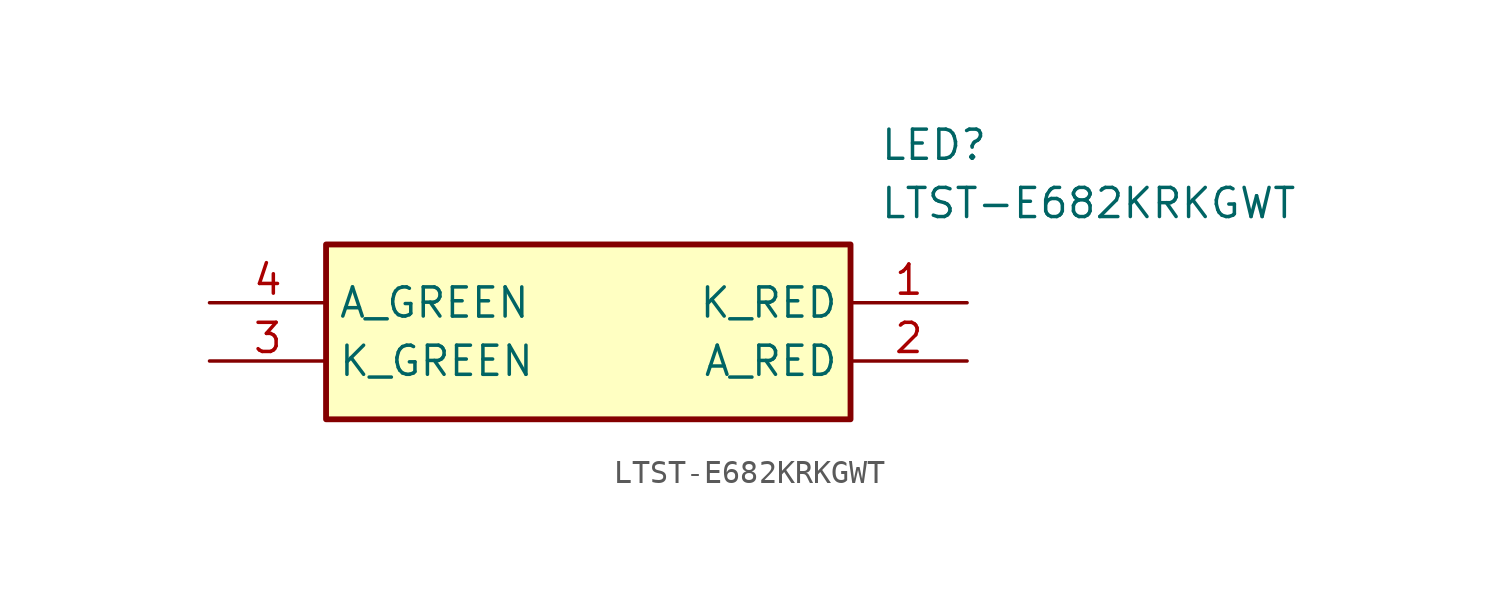
<source format=kicad_sym>
(kicad_symbol_lib
  (version 20211014)
  (generator SamacSys_ECAD_Model)
  (symbol "LTST-E682KRKGWT"
    (property "Reference" "LED"
      (at 29.21 7.62 0)
      (effects (font (size 1.27 1.27)) (justify left top)))
    (property "Value" "LTST-E682KRKGWT"
      (at 29.21 5.08 0)
      (effects (font (size 1.27 1.27)) (justify left top)))
    (rectangle
      (start 5.08 2.54)
      (end 27.94 -5.08)
      (stroke (width 0.254) (type default))
      (fill (type background)))
    (pin passive line
      (at 33.02 0 180)
      (length 5.08)
      (name "K_RED" (effects (font (size 1.27 1.27))))
      (number "1" (effects (font (size 1.27 1.27)))))
    (pin passive line
      (at 33.02 -2.54 180)
      (length 5.08)
      (name "A_RED" (effects (font (size 1.27 1.27))))
      (number "2" (effects (font (size 1.27 1.27)))))
    (pin passive line
      (at 0 -2.54 0)
      (length 5.08)
      (name "K_GREEN" (effects (font (size 1.27 1.27))))
      (number "3" (effects (font (size 1.27 1.27)))))
    (pin passive line
      (at 0 0 0)
      (length 5.08)
      (name "A_GREEN" (effects (font (size 1.27 1.27))))
      (number "4" (effects (font (size 1.27 1.27)))))))
</source>
